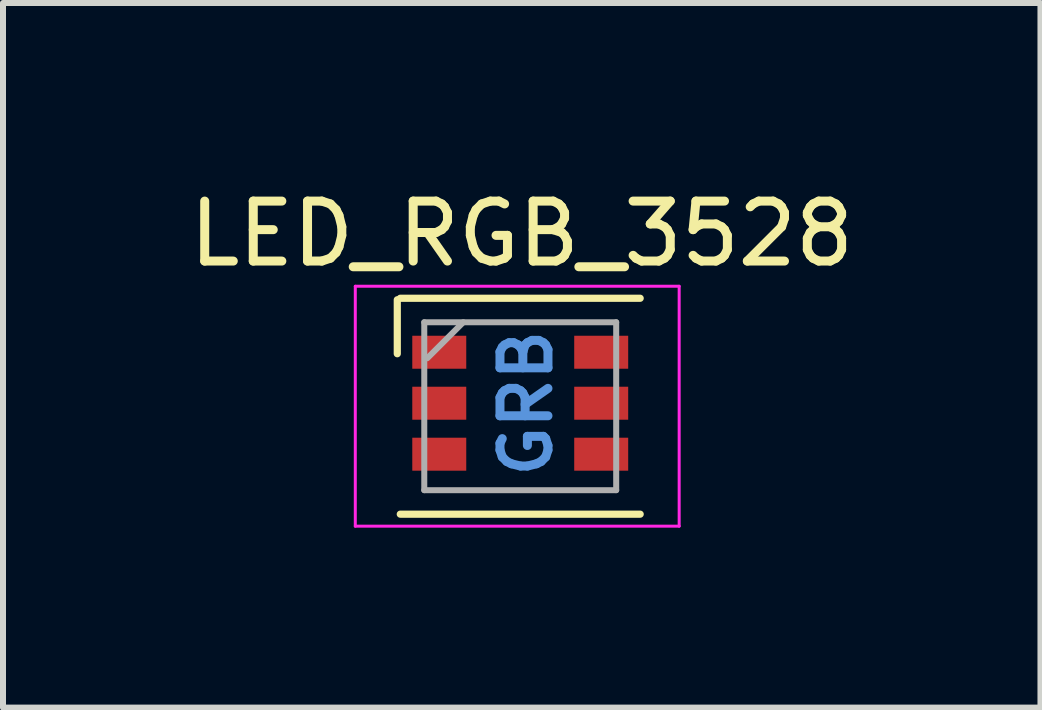
<source format=kicad_pcb>
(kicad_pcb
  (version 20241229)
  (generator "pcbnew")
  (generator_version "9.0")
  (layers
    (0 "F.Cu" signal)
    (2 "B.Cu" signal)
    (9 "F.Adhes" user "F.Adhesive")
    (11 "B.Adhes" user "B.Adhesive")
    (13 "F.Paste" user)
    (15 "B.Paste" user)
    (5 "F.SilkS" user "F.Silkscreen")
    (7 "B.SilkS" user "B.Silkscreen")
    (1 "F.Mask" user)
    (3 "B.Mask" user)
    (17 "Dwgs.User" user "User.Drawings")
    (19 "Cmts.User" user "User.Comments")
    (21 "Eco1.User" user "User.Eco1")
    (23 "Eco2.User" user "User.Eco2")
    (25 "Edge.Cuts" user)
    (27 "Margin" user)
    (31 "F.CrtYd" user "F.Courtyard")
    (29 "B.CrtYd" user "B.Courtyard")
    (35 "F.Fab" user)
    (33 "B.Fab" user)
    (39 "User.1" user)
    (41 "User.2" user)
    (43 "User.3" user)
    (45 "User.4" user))
  (footprint "LED_RGB_3528"
    (layer "F.Cu")
    (at 5.624 3.723)
    (property "Reference" "LED_RGB_3528" (at 0.025 -2.875 180) (layer "F.SilkS") (effects (font (size 1 1) (thickness 0.15))))
    (attr smd)
    (fp_line (start -2.05 -1.775) (end -2.05 -0.875) (stroke (width 0.12) (type solid)) (layer "F.SilkS"))
    (fp_line (start -2 1.8) (end 2 1.8) (stroke (width 0.12) (type solid)) (layer "F.SilkS"))
    (fp_line (start 2 -1.8) (end -2 -1.8) (stroke (width 0.12) (type solid)) (layer "F.SilkS"))
    (fp_line (start -2.75 -2) (end -2.75 2) (stroke (width 0.05) (type solid)) (layer "F.CrtYd"))
    (fp_line (start -2.75 -2) (end 2.65 -2) (stroke (width 0.05) (type solid)) (layer "F.CrtYd"))
    (fp_line (start -2.75 2) (end 2.65 2) (stroke (width 0.05) (type solid)) (layer "F.CrtYd"))
    (fp_line (start 2.65 -2) (end 2.65 2) (stroke (width 0.05) (type solid)) (layer "F.CrtYd"))
    (fp_line (start -1.6 -1.4) (end -1.6 1.4) (stroke (width 0.1) (type solid)) (layer "F.Fab"))
    (fp_line (start -1.6 1.4) (end 1.6 1.4) (stroke (width 0.1) (type solid)) (layer "F.Fab"))
    (fp_line (start -1.55 -0.8) (end -0.95 -1.4) (stroke (width 0.1) (type solid)) (layer "F.Fab"))
    (fp_line (start 1.6 -1.4) (end -1.6 -1.4) (stroke (width 0.1) (type solid)) (layer "F.Fab"))
    (fp_line (start 1.6 1.4) (end 1.6 -1.4) (stroke (width 0.1) (type solid)) (layer "F.Fab"))
    (fp_text user "GRB" (at 0.1 -0.05 90) (layer "Cmts.User") (effects (font (size 0.8 0.8) (thickness 0.15))))
    (pad "1" smd rect (at -1.35 -0.9 90) (size 0.55 0.9) (layers "F.Cu" "F.Mask" "F.Paste"))
    (pad "2" smd rect (at 1.35 -0.9 90) (size 0.55 0.9) (layers "F.Cu" "F.Mask" "F.Paste"))
    (pad "3" smd rect (at -1.35 -0.05 90) (size 0.55 0.9) (layers "F.Cu" "F.Mask" "F.Paste"))
    (pad "4" smd rect (at 1.35 -0.05 90) (size 0.55 0.9) (layers "F.Cu" "F.Mask" "F.Paste"))
    (pad "5" smd rect (at -1.35 0.8 90) (size 0.55 0.9) (layers "F.Cu" "F.Mask" "F.Paste"))
    (pad "6" smd rect (at 1.35 0.8 90) (size 0.55 0.9) (layers "F.Cu" "F.Mask" "F.Paste")))
  (gr_rect
    (start -3 -3)
    (end 14.298 8.748)
    (stroke (width 0.1) (type default))
    (fill no)
    (layer "Edge.Cuts")))
</source>
